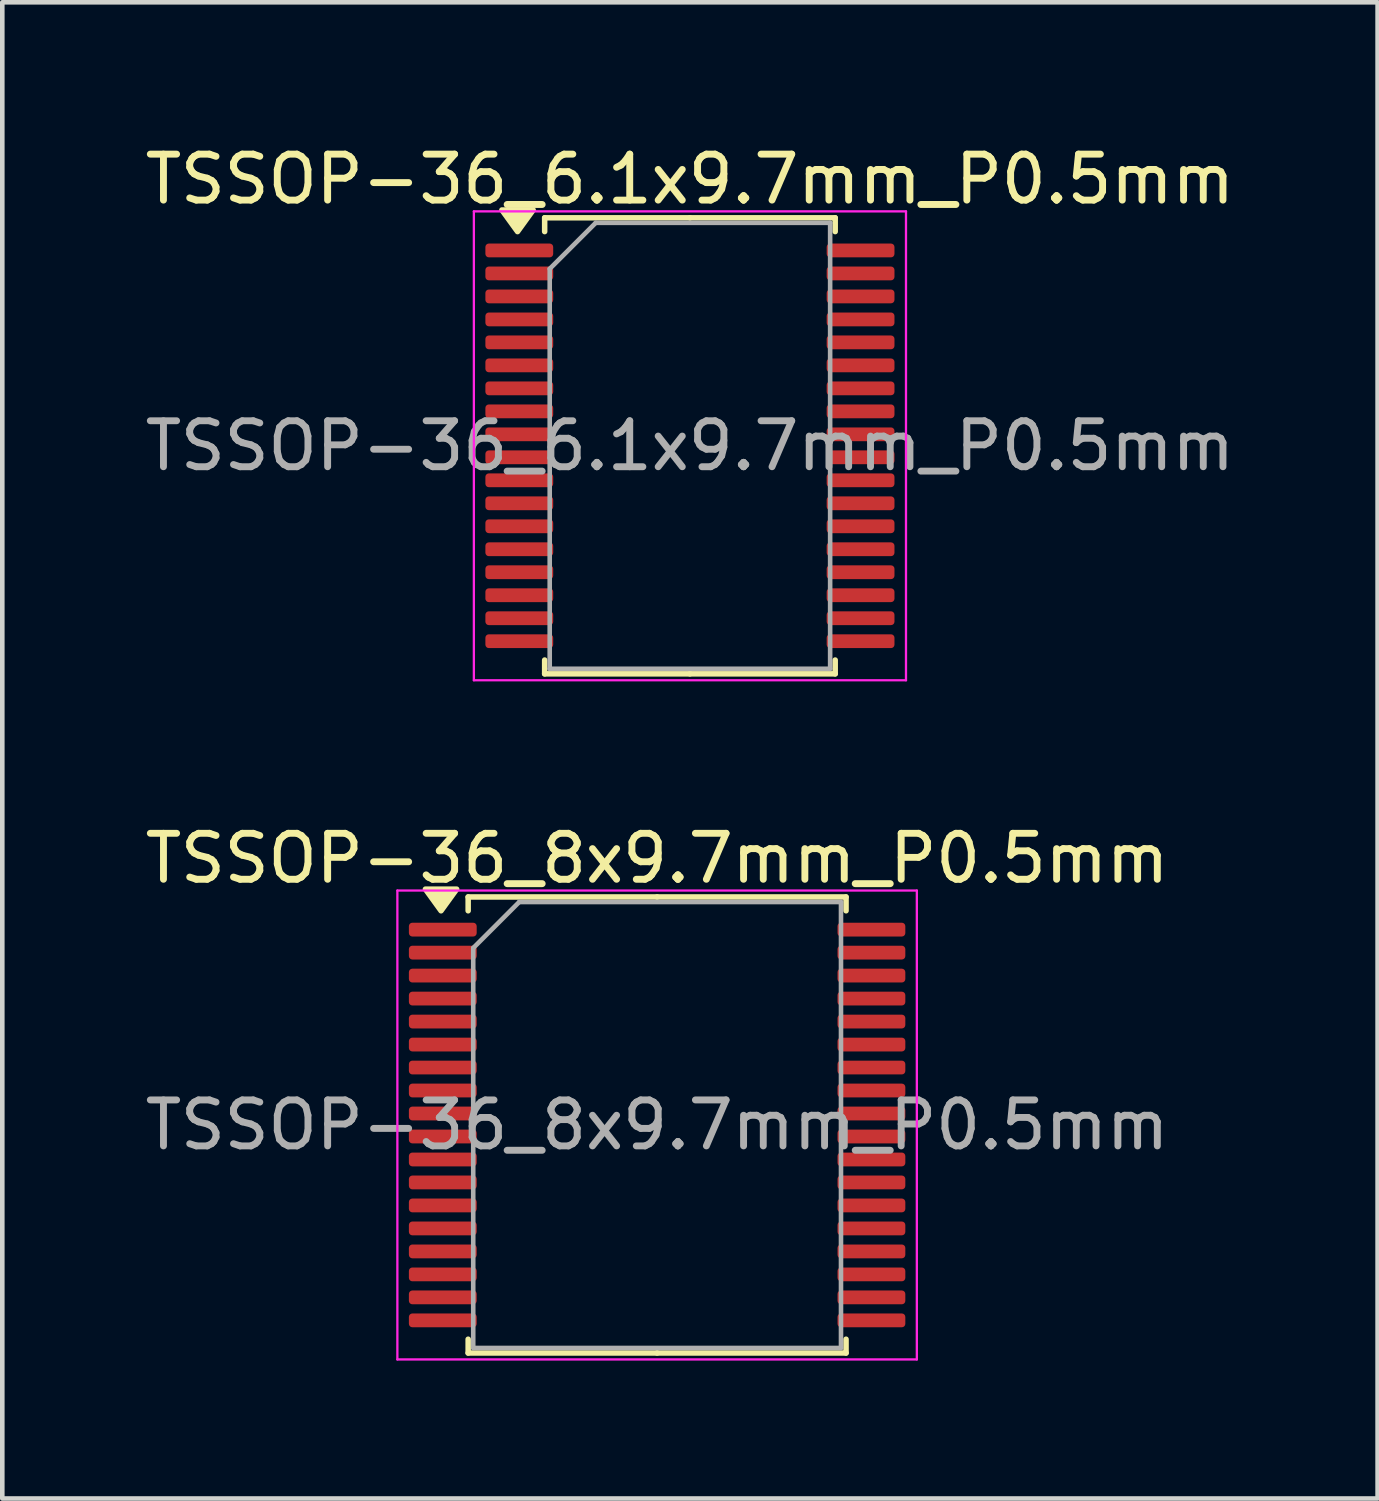
<source format=kicad_pcb>
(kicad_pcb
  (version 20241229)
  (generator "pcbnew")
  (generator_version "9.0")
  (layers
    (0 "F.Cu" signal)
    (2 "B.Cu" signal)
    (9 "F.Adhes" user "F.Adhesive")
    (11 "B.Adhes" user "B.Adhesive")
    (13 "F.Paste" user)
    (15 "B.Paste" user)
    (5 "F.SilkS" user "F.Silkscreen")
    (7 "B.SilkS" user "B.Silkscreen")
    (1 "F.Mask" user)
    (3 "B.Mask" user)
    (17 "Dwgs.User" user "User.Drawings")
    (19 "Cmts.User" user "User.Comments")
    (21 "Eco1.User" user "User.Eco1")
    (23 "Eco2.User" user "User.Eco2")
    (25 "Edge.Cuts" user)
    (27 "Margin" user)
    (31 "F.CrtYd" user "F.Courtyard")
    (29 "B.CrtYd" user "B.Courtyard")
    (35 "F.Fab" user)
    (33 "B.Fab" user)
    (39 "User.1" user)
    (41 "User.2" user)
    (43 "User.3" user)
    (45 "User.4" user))
  (footprint "TSSOP-36_6.1x9.7mm_P0.5mm"
    (layer "F.Cu")
    (at 11.958 6.648)
    (property "Reference" "TSSOP-36_6.1x9.7mm_P0.5mm" (at 0 -5.8 0) (layer "F.SilkS") (effects (font (size 1 1) (thickness 0.15))))
    (attr smd)
    (fp_line (start -3.16 -4.96) (end -3.16 -4.66) (stroke (width 0.12) (type solid)) (layer "F.SilkS"))
    (fp_line (start -3.16 4.96) (end -3.16 4.66) (stroke (width 0.12) (type solid)) (layer "F.SilkS"))
    (fp_line (start 0 -4.96) (end -3.16 -4.96) (stroke (width 0.12) (type solid)) (layer "F.SilkS"))
    (fp_line (start 0 -4.96) (end 3.16 -4.96) (stroke (width 0.12) (type solid)) (layer "F.SilkS"))
    (fp_line (start 0 4.96) (end -3.16 4.96) (stroke (width 0.12) (type solid)) (layer "F.SilkS"))
    (fp_line (start 0 4.96) (end 3.16 4.96) (stroke (width 0.12) (type solid)) (layer "F.SilkS"))
    (fp_line (start 3.16 -4.96) (end 3.16 -4.66) (stroke (width 0.12) (type solid)) (layer "F.SilkS"))
    (fp_line (start 3.16 4.96) (end 3.16 4.66) (stroke (width 0.12) (type solid)) (layer "F.SilkS"))
    (fp_poly (pts (xy -3.75 -4.66) (xy -4.09 -5.13) (xy -3.41 -5.13) (xy -3.75 -4.66)) (stroke (width 0.12) (type solid)) (fill yes) (layer "F.SilkS"))
    (fp_line (start -4.7 -5.1) (end -4.7 5.1) (stroke (width 0.05) (type solid)) (layer "F.CrtYd"))
    (fp_line (start -4.7 5.1) (end 4.7 5.1) (stroke (width 0.05) (type solid)) (layer "F.CrtYd"))
    (fp_line (start 4.7 -5.1) (end -4.7 -5.1) (stroke (width 0.05) (type solid)) (layer "F.CrtYd"))
    (fp_line (start 4.7 5.1) (end 4.7 -5.1) (stroke (width 0.05) (type solid)) (layer "F.CrtYd"))
    (fp_line (start -3.05 -3.85) (end -2.05 -4.85) (stroke (width 0.1) (type solid)) (layer "F.Fab"))
    (fp_line (start -3.05 4.85) (end -3.05 -3.85) (stroke (width 0.1) (type solid)) (layer "F.Fab"))
    (fp_line (start -2.05 -4.85) (end 3.05 -4.85) (stroke (width 0.1) (type solid)) (layer "F.Fab"))
    (fp_line (start 3.05 -4.85) (end 3.05 4.85) (stroke (width 0.1) (type solid)) (layer "F.Fab"))
    (fp_line (start 3.05 4.85) (end -3.05 4.85) (stroke (width 0.1) (type solid)) (layer "F.Fab"))
    (fp_text user "${REFERENCE}" (at 0 0 0) (layer "F.Fab") (effects (font (size 1 1) (thickness 0.15))))
    (pad "1" smd roundrect (at -3.712 -4.25) (size 1.475 0.3) (layers "F.Cu" "F.Mask" "F.Paste") (roundrect_rratio 0.25))
    (pad "2" smd roundrect (at -3.712 -3.75) (size 1.475 0.3) (layers "F.Cu" "F.Mask" "F.Paste") (roundrect_rratio 0.25))
    (pad "3" smd roundrect (at -3.712 -3.25) (size 1.475 0.3) (layers "F.Cu" "F.Mask" "F.Paste") (roundrect_rratio 0.25))
    (pad "4" smd roundrect (at -3.712 -2.75) (size 1.475 0.3) (layers "F.Cu" "F.Mask" "F.Paste") (roundrect_rratio 0.25))
    (pad "5" smd roundrect (at -3.712 -2.25) (size 1.475 0.3) (layers "F.Cu" "F.Mask" "F.Paste") (roundrect_rratio 0.25))
    (pad "6" smd roundrect (at -3.712 -1.75) (size 1.475 0.3) (layers "F.Cu" "F.Mask" "F.Paste") (roundrect_rratio 0.25))
    (pad "7" smd roundrect (at -3.712 -1.25) (size 1.475 0.3) (layers "F.Cu" "F.Mask" "F.Paste") (roundrect_rratio 0.25))
    (pad "8" smd roundrect (at -3.712 -0.75) (size 1.475 0.3) (layers "F.Cu" "F.Mask" "F.Paste") (roundrect_rratio 0.25))
    (pad "9" smd roundrect (at -3.712 -0.25) (size 1.475 0.3) (layers "F.Cu" "F.Mask" "F.Paste") (roundrect_rratio 0.25))
    (pad "10" smd roundrect (at -3.712 0.25) (size 1.475 0.3) (layers "F.Cu" "F.Mask" "F.Paste") (roundrect_rratio 0.25))
    (pad "11" smd roundrect (at -3.712 0.75) (size 1.475 0.3) (layers "F.Cu" "F.Mask" "F.Paste") (roundrect_rratio 0.25))
    (pad "12" smd roundrect (at -3.712 1.25) (size 1.475 0.3) (layers "F.Cu" "F.Mask" "F.Paste") (roundrect_rratio 0.25))
    (pad "13" smd roundrect (at -3.712 1.75) (size 1.475 0.3) (layers "F.Cu" "F.Mask" "F.Paste") (roundrect_rratio 0.25))
    (pad "14" smd roundrect (at -3.712 2.25) (size 1.475 0.3) (layers "F.Cu" "F.Mask" "F.Paste") (roundrect_rratio 0.25))
    (pad "15" smd roundrect (at -3.712 2.75) (size 1.475 0.3) (layers "F.Cu" "F.Mask" "F.Paste") (roundrect_rratio 0.25))
    (pad "16" smd roundrect (at -3.712 3.25) (size 1.475 0.3) (layers "F.Cu" "F.Mask" "F.Paste") (roundrect_rratio 0.25))
    (pad "17" smd roundrect (at -3.712 3.75) (size 1.475 0.3) (layers "F.Cu" "F.Mask" "F.Paste") (roundrect_rratio 0.25))
    (pad "18" smd roundrect (at -3.712 4.25) (size 1.475 0.3) (layers "F.Cu" "F.Mask" "F.Paste") (roundrect_rratio 0.25))
    (pad "19" smd roundrect (at 3.712 4.25) (size 1.475 0.3) (layers "F.Cu" "F.Mask" "F.Paste") (roundrect_rratio 0.25))
    (pad "20" smd roundrect (at 3.712 3.75) (size 1.475 0.3) (layers "F.Cu" "F.Mask" "F.Paste") (roundrect_rratio 0.25))
    (pad "21" smd roundrect (at 3.712 3.25) (size 1.475 0.3) (layers "F.Cu" "F.Mask" "F.Paste") (roundrect_rratio 0.25))
    (pad "22" smd roundrect (at 3.712 2.75) (size 1.475 0.3) (layers "F.Cu" "F.Mask" "F.Paste") (roundrect_rratio 0.25))
    (pad "23" smd roundrect (at 3.712 2.25) (size 1.475 0.3) (layers "F.Cu" "F.Mask" "F.Paste") (roundrect_rratio 0.25))
    (pad "24" smd roundrect (at 3.712 1.75) (size 1.475 0.3) (layers "F.Cu" "F.Mask" "F.Paste") (roundrect_rratio 0.25))
    (pad "25" smd roundrect (at 3.712 1.25) (size 1.475 0.3) (layers "F.Cu" "F.Mask" "F.Paste") (roundrect_rratio 0.25))
    (pad "26" smd roundrect (at 3.712 0.75) (size 1.475 0.3) (layers "F.Cu" "F.Mask" "F.Paste") (roundrect_rratio 0.25))
    (pad "27" smd roundrect (at 3.712 0.25) (size 1.475 0.3) (layers "F.Cu" "F.Mask" "F.Paste") (roundrect_rratio 0.25))
    (pad "28" smd roundrect (at 3.712 -0.25) (size 1.475 0.3) (layers "F.Cu" "F.Mask" "F.Paste") (roundrect_rratio 0.25))
    (pad "29" smd roundrect (at 3.712 -0.75) (size 1.475 0.3) (layers "F.Cu" "F.Mask" "F.Paste") (roundrect_rratio 0.25))
    (pad "30" smd roundrect (at 3.712 -1.25) (size 1.475 0.3) (layers "F.Cu" "F.Mask" "F.Paste") (roundrect_rratio 0.25))
    (pad "31" smd roundrect (at 3.712 -1.75) (size 1.475 0.3) (layers "F.Cu" "F.Mask" "F.Paste") (roundrect_rratio 0.25))
    (pad "32" smd roundrect (at 3.712 -2.25) (size 1.475 0.3) (layers "F.Cu" "F.Mask" "F.Paste") (roundrect_rratio 0.25))
    (pad "33" smd roundrect (at 3.712 -2.75) (size 1.475 0.3) (layers "F.Cu" "F.Mask" "F.Paste") (roundrect_rratio 0.25))
    (pad "34" smd roundrect (at 3.712 -3.25) (size 1.475 0.3) (layers "F.Cu" "F.Mask" "F.Paste") (roundrect_rratio 0.25))
    (pad "35" smd roundrect (at 3.712 -3.75) (size 1.475 0.3) (layers "F.Cu" "F.Mask" "F.Paste") (roundrect_rratio 0.25))
    (pad "36" smd roundrect (at 3.712 -4.25) (size 1.475 0.3) (layers "F.Cu" "F.Mask" "F.Paste") (roundrect_rratio 0.25)))
  (footprint "TSSOP-36_8x9.7mm_P0.5mm"
    (layer "F.Cu")
    (at 11.244 21.422)
    (property "Reference" "TSSOP-36_8x9.7mm_P0.5mm" (at 0 -5.8 0) (layer "F.SilkS") (effects (font (size 1 1) (thickness 0.15))))
    (attr smd)
    (fp_line (start -4.11 -4.96) (end -4.11 -4.66) (stroke (width 0.12) (type solid)) (layer "F.SilkS"))
    (fp_line (start -4.11 4.96) (end -4.11 4.66) (stroke (width 0.12) (type solid)) (layer "F.SilkS"))
    (fp_line (start 0 -4.96) (end -4.11 -4.96) (stroke (width 0.12) (type solid)) (layer "F.SilkS"))
    (fp_line (start 0 -4.96) (end 4.11 -4.96) (stroke (width 0.12) (type solid)) (layer "F.SilkS"))
    (fp_line (start 0 4.96) (end -4.11 4.96) (stroke (width 0.12) (type solid)) (layer "F.SilkS"))
    (fp_line (start 0 4.96) (end 4.11 4.96) (stroke (width 0.12) (type solid)) (layer "F.SilkS"))
    (fp_line (start 4.11 -4.96) (end 4.11 -4.66) (stroke (width 0.12) (type solid)) (layer "F.SilkS"))
    (fp_line (start 4.11 4.96) (end 4.11 4.66) (stroke (width 0.12) (type solid)) (layer "F.SilkS"))
    (fp_poly (pts (xy -4.7 -4.66) (xy -5.04 -5.13) (xy -4.36 -5.13) (xy -4.7 -4.66)) (stroke (width 0.12) (type solid)) (fill yes) (layer "F.SilkS"))
    (fp_line (start -5.65 -5.1) (end -5.65 5.1) (stroke (width 0.05) (type solid)) (layer "F.CrtYd"))
    (fp_line (start -5.65 5.1) (end 5.65 5.1) (stroke (width 0.05) (type solid)) (layer "F.CrtYd"))
    (fp_line (start 5.65 -5.1) (end -5.65 -5.1) (stroke (width 0.05) (type solid)) (layer "F.CrtYd"))
    (fp_line (start 5.65 5.1) (end 5.65 -5.1) (stroke (width 0.05) (type solid)) (layer "F.CrtYd"))
    (fp_line (start -4 -3.85) (end -3 -4.85) (stroke (width 0.1) (type solid)) (layer "F.Fab"))
    (fp_line (start -4 4.85) (end -4 -3.85) (stroke (width 0.1) (type solid)) (layer "F.Fab"))
    (fp_line (start -3 -4.85) (end 4 -4.85) (stroke (width 0.1) (type solid)) (layer "F.Fab"))
    (fp_line (start 4 -4.85) (end 4 4.85) (stroke (width 0.1) (type solid)) (layer "F.Fab"))
    (fp_line (start 4 4.85) (end -4 4.85) (stroke (width 0.1) (type solid)) (layer "F.Fab"))
    (fp_text user "${REFERENCE}" (at 0 0 0) (layer "F.Fab") (effects (font (size 1 1) (thickness 0.15))))
    (pad "1" smd roundrect (at -4.662 -4.25) (size 1.475 0.3) (layers "F.Cu" "F.Mask" "F.Paste") (roundrect_rratio 0.25))
    (pad "2" smd roundrect (at -4.662 -3.75) (size 1.475 0.3) (layers "F.Cu" "F.Mask" "F.Paste") (roundrect_rratio 0.25))
    (pad "3" smd roundrect (at -4.662 -3.25) (size 1.475 0.3) (layers "F.Cu" "F.Mask" "F.Paste") (roundrect_rratio 0.25))
    (pad "4" smd roundrect (at -4.662 -2.75) (size 1.475 0.3) (layers "F.Cu" "F.Mask" "F.Paste") (roundrect_rratio 0.25))
    (pad "5" smd roundrect (at -4.662 -2.25) (size 1.475 0.3) (layers "F.Cu" "F.Mask" "F.Paste") (roundrect_rratio 0.25))
    (pad "6" smd roundrect (at -4.662 -1.75) (size 1.475 0.3) (layers "F.Cu" "F.Mask" "F.Paste") (roundrect_rratio 0.25))
    (pad "7" smd roundrect (at -4.662 -1.25) (size 1.475 0.3) (layers "F.Cu" "F.Mask" "F.Paste") (roundrect_rratio 0.25))
    (pad "8" smd roundrect (at -4.662 -0.75) (size 1.475 0.3) (layers "F.Cu" "F.Mask" "F.Paste") (roundrect_rratio 0.25))
    (pad "9" smd roundrect (at -4.662 -0.25) (size 1.475 0.3) (layers "F.Cu" "F.Mask" "F.Paste") (roundrect_rratio 0.25))
    (pad "10" smd roundrect (at -4.662 0.25) (size 1.475 0.3) (layers "F.Cu" "F.Mask" "F.Paste") (roundrect_rratio 0.25))
    (pad "11" smd roundrect (at -4.662 0.75) (size 1.475 0.3) (layers "F.Cu" "F.Mask" "F.Paste") (roundrect_rratio 0.25))
    (pad "12" smd roundrect (at -4.662 1.25) (size 1.475 0.3) (layers "F.Cu" "F.Mask" "F.Paste") (roundrect_rratio 0.25))
    (pad "13" smd roundrect (at -4.662 1.75) (size 1.475 0.3) (layers "F.Cu" "F.Mask" "F.Paste") (roundrect_rratio 0.25))
    (pad "14" smd roundrect (at -4.662 2.25) (size 1.475 0.3) (layers "F.Cu" "F.Mask" "F.Paste") (roundrect_rratio 0.25))
    (pad "15" smd roundrect (at -4.662 2.75) (size 1.475 0.3) (layers "F.Cu" "F.Mask" "F.Paste") (roundrect_rratio 0.25))
    (pad "16" smd roundrect (at -4.662 3.25) (size 1.475 0.3) (layers "F.Cu" "F.Mask" "F.Paste") (roundrect_rratio 0.25))
    (pad "17" smd roundrect (at -4.662 3.75) (size 1.475 0.3) (layers "F.Cu" "F.Mask" "F.Paste") (roundrect_rratio 0.25))
    (pad "18" smd roundrect (at -4.662 4.25) (size 1.475 0.3) (layers "F.Cu" "F.Mask" "F.Paste") (roundrect_rratio 0.25))
    (pad "19" smd roundrect (at 4.662 4.25) (size 1.475 0.3) (layers "F.Cu" "F.Mask" "F.Paste") (roundrect_rratio 0.25))
    (pad "20" smd roundrect (at 4.662 3.75) (size 1.475 0.3) (layers "F.Cu" "F.Mask" "F.Paste") (roundrect_rratio 0.25))
    (pad "21" smd roundrect (at 4.662 3.25) (size 1.475 0.3) (layers "F.Cu" "F.Mask" "F.Paste") (roundrect_rratio 0.25))
    (pad "22" smd roundrect (at 4.662 2.75) (size 1.475 0.3) (layers "F.Cu" "F.Mask" "F.Paste") (roundrect_rratio 0.25))
    (pad "23" smd roundrect (at 4.662 2.25) (size 1.475 0.3) (layers "F.Cu" "F.Mask" "F.Paste") (roundrect_rratio 0.25))
    (pad "24" smd roundrect (at 4.662 1.75) (size 1.475 0.3) (layers "F.Cu" "F.Mask" "F.Paste") (roundrect_rratio 0.25))
    (pad "25" smd roundrect (at 4.662 1.25) (size 1.475 0.3) (layers "F.Cu" "F.Mask" "F.Paste") (roundrect_rratio 0.25))
    (pad "26" smd roundrect (at 4.662 0.75) (size 1.475 0.3) (layers "F.Cu" "F.Mask" "F.Paste") (roundrect_rratio 0.25))
    (pad "27" smd roundrect (at 4.662 0.25) (size 1.475 0.3) (layers "F.Cu" "F.Mask" "F.Paste") (roundrect_rratio 0.25))
    (pad "28" smd roundrect (at 4.662 -0.25) (size 1.475 0.3) (layers "F.Cu" "F.Mask" "F.Paste") (roundrect_rratio 0.25))
    (pad "29" smd roundrect (at 4.662 -0.75) (size 1.475 0.3) (layers "F.Cu" "F.Mask" "F.Paste") (roundrect_rratio 0.25))
    (pad "30" smd roundrect (at 4.662 -1.25) (size 1.475 0.3) (layers "F.Cu" "F.Mask" "F.Paste") (roundrect_rratio 0.25))
    (pad "31" smd roundrect (at 4.662 -1.75) (size 1.475 0.3) (layers "F.Cu" "F.Mask" "F.Paste") (roundrect_rratio 0.25))
    (pad "32" smd roundrect (at 4.662 -2.25) (size 1.475 0.3) (layers "F.Cu" "F.Mask" "F.Paste") (roundrect_rratio 0.25))
    (pad "33" smd roundrect (at 4.662 -2.75) (size 1.475 0.3) (layers "F.Cu" "F.Mask" "F.Paste") (roundrect_rratio 0.25))
    (pad "34" smd roundrect (at 4.662 -3.25) (size 1.475 0.3) (layers "F.Cu" "F.Mask" "F.Paste") (roundrect_rratio 0.25))
    (pad "35" smd roundrect (at 4.662 -3.75) (size 1.475 0.3) (layers "F.Cu" "F.Mask" "F.Paste") (roundrect_rratio 0.25))
    (pad "36" smd roundrect (at 4.662 -4.25) (size 1.475 0.3) (layers "F.Cu" "F.Mask" "F.Paste") (roundrect_rratio 0.25)))
  (gr_rect
    (start -3 -3)
    (end 26.917 29.547)
    (stroke (width 0.1) (type default))
    (fill no)
    (layer "Edge.Cuts")))
</source>
